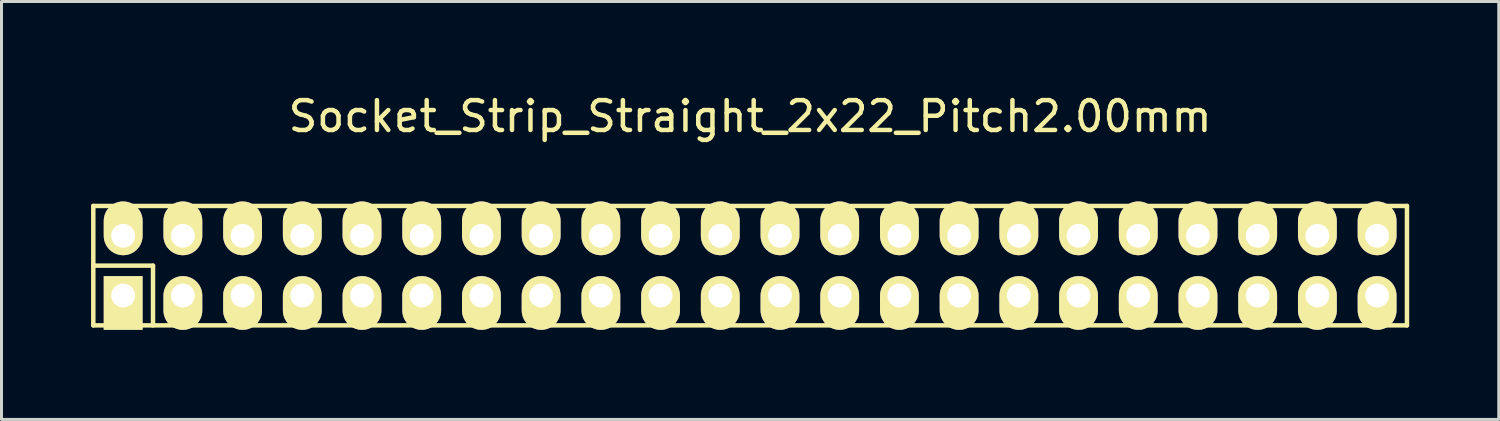
<source format=kicad_pcb>
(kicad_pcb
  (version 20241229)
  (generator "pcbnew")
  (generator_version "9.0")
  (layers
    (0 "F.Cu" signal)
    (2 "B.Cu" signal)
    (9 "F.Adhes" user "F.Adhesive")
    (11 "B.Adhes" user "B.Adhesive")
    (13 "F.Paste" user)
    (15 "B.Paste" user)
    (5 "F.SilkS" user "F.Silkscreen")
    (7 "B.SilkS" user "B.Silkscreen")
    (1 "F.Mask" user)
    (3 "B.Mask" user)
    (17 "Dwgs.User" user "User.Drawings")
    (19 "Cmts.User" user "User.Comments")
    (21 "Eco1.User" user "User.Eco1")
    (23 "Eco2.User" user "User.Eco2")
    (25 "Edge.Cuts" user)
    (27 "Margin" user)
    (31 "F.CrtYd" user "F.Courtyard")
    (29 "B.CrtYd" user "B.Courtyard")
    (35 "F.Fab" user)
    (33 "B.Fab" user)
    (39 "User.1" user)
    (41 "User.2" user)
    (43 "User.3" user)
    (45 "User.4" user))
  (footprint "Socket_Strip_Straight_2x22_Pitch2.00mm"
    (layer "F.Cu")
    (at 22.075 5.848)
    (property "Reference" "Socket_Strip_Straight_2x22_Pitch2.00mm" (at 0 -5 0) (layer "F.SilkS") (effects (font (size 1 1) (thickness 0.15))))
    (attr through_hole)
    (fp_line (start -22 -2) (end 22 -2) (stroke (width 0.15) (type solid)) (layer "F.SilkS"))
    (fp_line (start -22 0) (end -20 0) (stroke (width 0.15) (type solid)) (layer "F.SilkS"))
    (fp_line (start -22 2) (end -22 -2) (stroke (width 0.15) (type solid)) (layer "F.SilkS"))
    (fp_line (start -20 0) (end -20 2) (stroke (width 0.15) (type solid)) (layer "F.SilkS"))
    (fp_line (start 22 -2) (end 22 2) (stroke (width 0.15) (type solid)) (layer "F.SilkS"))
    (fp_line (start 22 2) (end -22 2) (stroke (width 0.15) (type solid)) (layer "F.SilkS"))
    (pad "1" thru_hole rect (at -21 1) (size 1.3 1.8) (drill 0.8 (offset 0 0.25)) (layers "*.Cu" "*.Mask" "F.SilkS"))
    (pad "2" thru_hole oval (at -21 -1) (size 1.3 1.8) (drill 0.8 (offset 0 -0.25)) (layers "*.Cu" "*.Mask" "F.SilkS"))
    (pad "3" thru_hole oval (at -19 1) (size 1.3 1.8) (drill 0.8 (offset 0 0.25)) (layers "*.Cu" "*.Mask" "F.SilkS"))
    (pad "4" thru_hole oval (at -19 -1) (size 1.3 1.8) (drill 0.8 (offset 0 -0.25)) (layers "*.Cu" "*.Mask" "F.SilkS"))
    (pad "5" thru_hole oval (at -17 1) (size 1.3 1.8) (drill 0.8 (offset 0 0.25)) (layers "*.Cu" "*.Mask" "F.SilkS"))
    (pad "6" thru_hole oval (at -17 -1) (size 1.3 1.8) (drill 0.8 (offset 0 -0.25)) (layers "*.Cu" "*.Mask" "F.SilkS"))
    (pad "7" thru_hole oval (at -15 1) (size 1.3 1.8) (drill 0.8 (offset 0 0.25)) (layers "*.Cu" "*.Mask" "F.SilkS"))
    (pad "8" thru_hole oval (at -15 -1) (size 1.3 1.8) (drill 0.8 (offset 0 -0.25)) (layers "*.Cu" "*.Mask" "F.SilkS"))
    (pad "9" thru_hole oval (at -13 1) (size 1.3 1.8) (drill 0.8 (offset 0 0.25)) (layers "*.Cu" "*.Mask" "F.SilkS"))
    (pad "10" thru_hole oval (at -13 -1) (size 1.3 1.8) (drill 0.8 (offset 0 -0.25)) (layers "*.Cu" "*.Mask" "F.SilkS"))
    (pad "11" thru_hole oval (at -11 1) (size 1.3 1.8) (drill 0.8 (offset 0 0.25)) (layers "*.Cu" "*.Mask" "F.SilkS"))
    (pad "12" thru_hole oval (at -11 -1) (size 1.3 1.8) (drill 0.8 (offset 0 -0.25)) (layers "*.Cu" "*.Mask" "F.SilkS"))
    (pad "13" thru_hole oval (at -9 1) (size 1.3 1.8) (drill 0.8 (offset 0 0.25)) (layers "*.Cu" "*.Mask" "F.SilkS"))
    (pad "14" thru_hole oval (at -9 -1) (size 1.3 1.8) (drill 0.8 (offset 0 -0.25)) (layers "*.Cu" "*.Mask" "F.SilkS"))
    (pad "15" thru_hole oval (at -7 1) (size 1.3 1.8) (drill 0.8 (offset 0 0.25)) (layers "*.Cu" "*.Mask" "F.SilkS"))
    (pad "16" thru_hole oval (at -7 -1) (size 1.3 1.8) (drill 0.8 (offset 0 -0.25)) (layers "*.Cu" "*.Mask" "F.SilkS"))
    (pad "17" thru_hole oval (at -5 1) (size 1.3 1.8) (drill 0.8 (offset 0 0.25)) (layers "*.Cu" "*.Mask" "F.SilkS"))
    (pad "18" thru_hole oval (at -5 -1) (size 1.3 1.8) (drill 0.8 (offset 0 -0.25)) (layers "*.Cu" "*.Mask" "F.SilkS"))
    (pad "19" thru_hole oval (at -3 1) (size 1.3 1.8) (drill 0.8 (offset 0 0.25)) (layers "*.Cu" "*.Mask" "F.SilkS"))
    (pad "20" thru_hole oval (at -3 -1) (size 1.3 1.8) (drill 0.8 (offset 0 -0.25)) (layers "*.Cu" "*.Mask" "F.SilkS"))
    (pad "21" thru_hole oval (at -1 1) (size 1.3 1.8) (drill 0.8 (offset 0 0.25)) (layers "*.Cu" "*.Mask" "F.SilkS"))
    (pad "22" thru_hole oval (at -1 -1) (size 1.3 1.8) (drill 0.8 (offset 0 -0.25)) (layers "*.Cu" "*.Mask" "F.SilkS"))
    (pad "23" thru_hole oval (at 1 1) (size 1.3 1.8) (drill 0.8 (offset 0 0.25)) (layers "*.Cu" "*.Mask" "F.SilkS"))
    (pad "24" thru_hole oval (at 1 -1) (size 1.3 1.8) (drill 0.8 (offset 0 -0.25)) (layers "*.Cu" "*.Mask" "F.SilkS"))
    (pad "25" thru_hole oval (at 3 1) (size 1.3 1.8) (drill 0.8 (offset 0 0.25)) (layers "*.Cu" "*.Mask" "F.SilkS"))
    (pad "26" thru_hole oval (at 3 -1) (size 1.3 1.8) (drill 0.8 (offset 0 -0.25)) (layers "*.Cu" "*.Mask" "F.SilkS"))
    (pad "27" thru_hole oval (at 5 1) (size 1.3 1.8) (drill 0.8 (offset 0 0.25)) (layers "*.Cu" "*.Mask" "F.SilkS"))
    (pad "28" thru_hole oval (at 5 -1) (size 1.3 1.8) (drill 0.8 (offset 0 -0.25)) (layers "*.Cu" "*.Mask" "F.SilkS"))
    (pad "29" thru_hole oval (at 7 1) (size 1.3 1.8) (drill 0.8 (offset 0 0.25)) (layers "*.Cu" "*.Mask" "F.SilkS"))
    (pad "30" thru_hole oval (at 7 -1) (size 1.3 1.8) (drill 0.8 (offset 0 -0.25)) (layers "*.Cu" "*.Mask" "F.SilkS"))
    (pad "31" thru_hole oval (at 9 1) (size 1.3 1.8) (drill 0.8 (offset 0 0.25)) (layers "*.Cu" "*.Mask" "F.SilkS"))
    (pad "32" thru_hole oval (at 9 -1) (size 1.3 1.8) (drill 0.8 (offset 0 -0.25)) (layers "*.Cu" "*.Mask" "F.SilkS"))
    (pad "33" thru_hole oval (at 11 1) (size 1.3 1.8) (drill 0.8 (offset 0 0.25)) (layers "*.Cu" "*.Mask" "F.SilkS"))
    (pad "34" thru_hole oval (at 11 -1) (size 1.3 1.8) (drill 0.8 (offset 0 -0.25)) (layers "*.Cu" "*.Mask" "F.SilkS"))
    (pad "35" thru_hole oval (at 13 1) (size 1.3 1.8) (drill 0.8 (offset 0 0.25)) (layers "*.Cu" "*.Mask" "F.SilkS"))
    (pad "36" thru_hole oval (at 13 -1) (size 1.3 1.8) (drill 0.8 (offset 0 -0.25)) (layers "*.Cu" "*.Mask" "F.SilkS"))
    (pad "37" thru_hole oval (at 15 1) (size 1.3 1.8) (drill 0.8 (offset 0 0.25)) (layers "*.Cu" "*.Mask" "F.SilkS"))
    (pad "38" thru_hole oval (at 15 -1) (size 1.3 1.8) (drill 0.8 (offset 0 -0.25)) (layers "*.Cu" "*.Mask" "F.SilkS"))
    (pad "39" thru_hole oval (at 17 1) (size 1.3 1.8) (drill 0.8 (offset 0 0.25)) (layers "*.Cu" "*.Mask" "F.SilkS"))
    (pad "40" thru_hole oval (at 17 -1) (size 1.3 1.8) (drill 0.8 (offset 0 -0.25)) (layers "*.Cu" "*.Mask" "F.SilkS"))
    (pad "41" thru_hole oval (at 19 1) (size 1.3 1.8) (drill 0.8 (offset 0 0.25)) (layers "*.Cu" "*.Mask" "F.SilkS"))
    (pad "42" thru_hole oval (at 19 -1) (size 1.3 1.8) (drill 0.8 (offset 0 -0.25)) (layers "*.Cu" "*.Mask" "F.SilkS"))
    (pad "43" thru_hole oval (at 21 1) (size 1.3 1.8) (drill 0.8 (offset 0 0.25)) (layers "*.Cu" "*.Mask" "F.SilkS"))
    (pad "44" thru_hole oval (at 21 -1) (size 1.3 1.8) (drill 0.8 (offset 0 -0.25)) (layers "*.Cu" "*.Mask" "F.SilkS")))
  (gr_rect
    (start -3 -3)
    (end 47.15 10.998)
    (stroke (width 0.1) (type default))
    (fill no)
    (layer "Edge.Cuts")))
</source>
